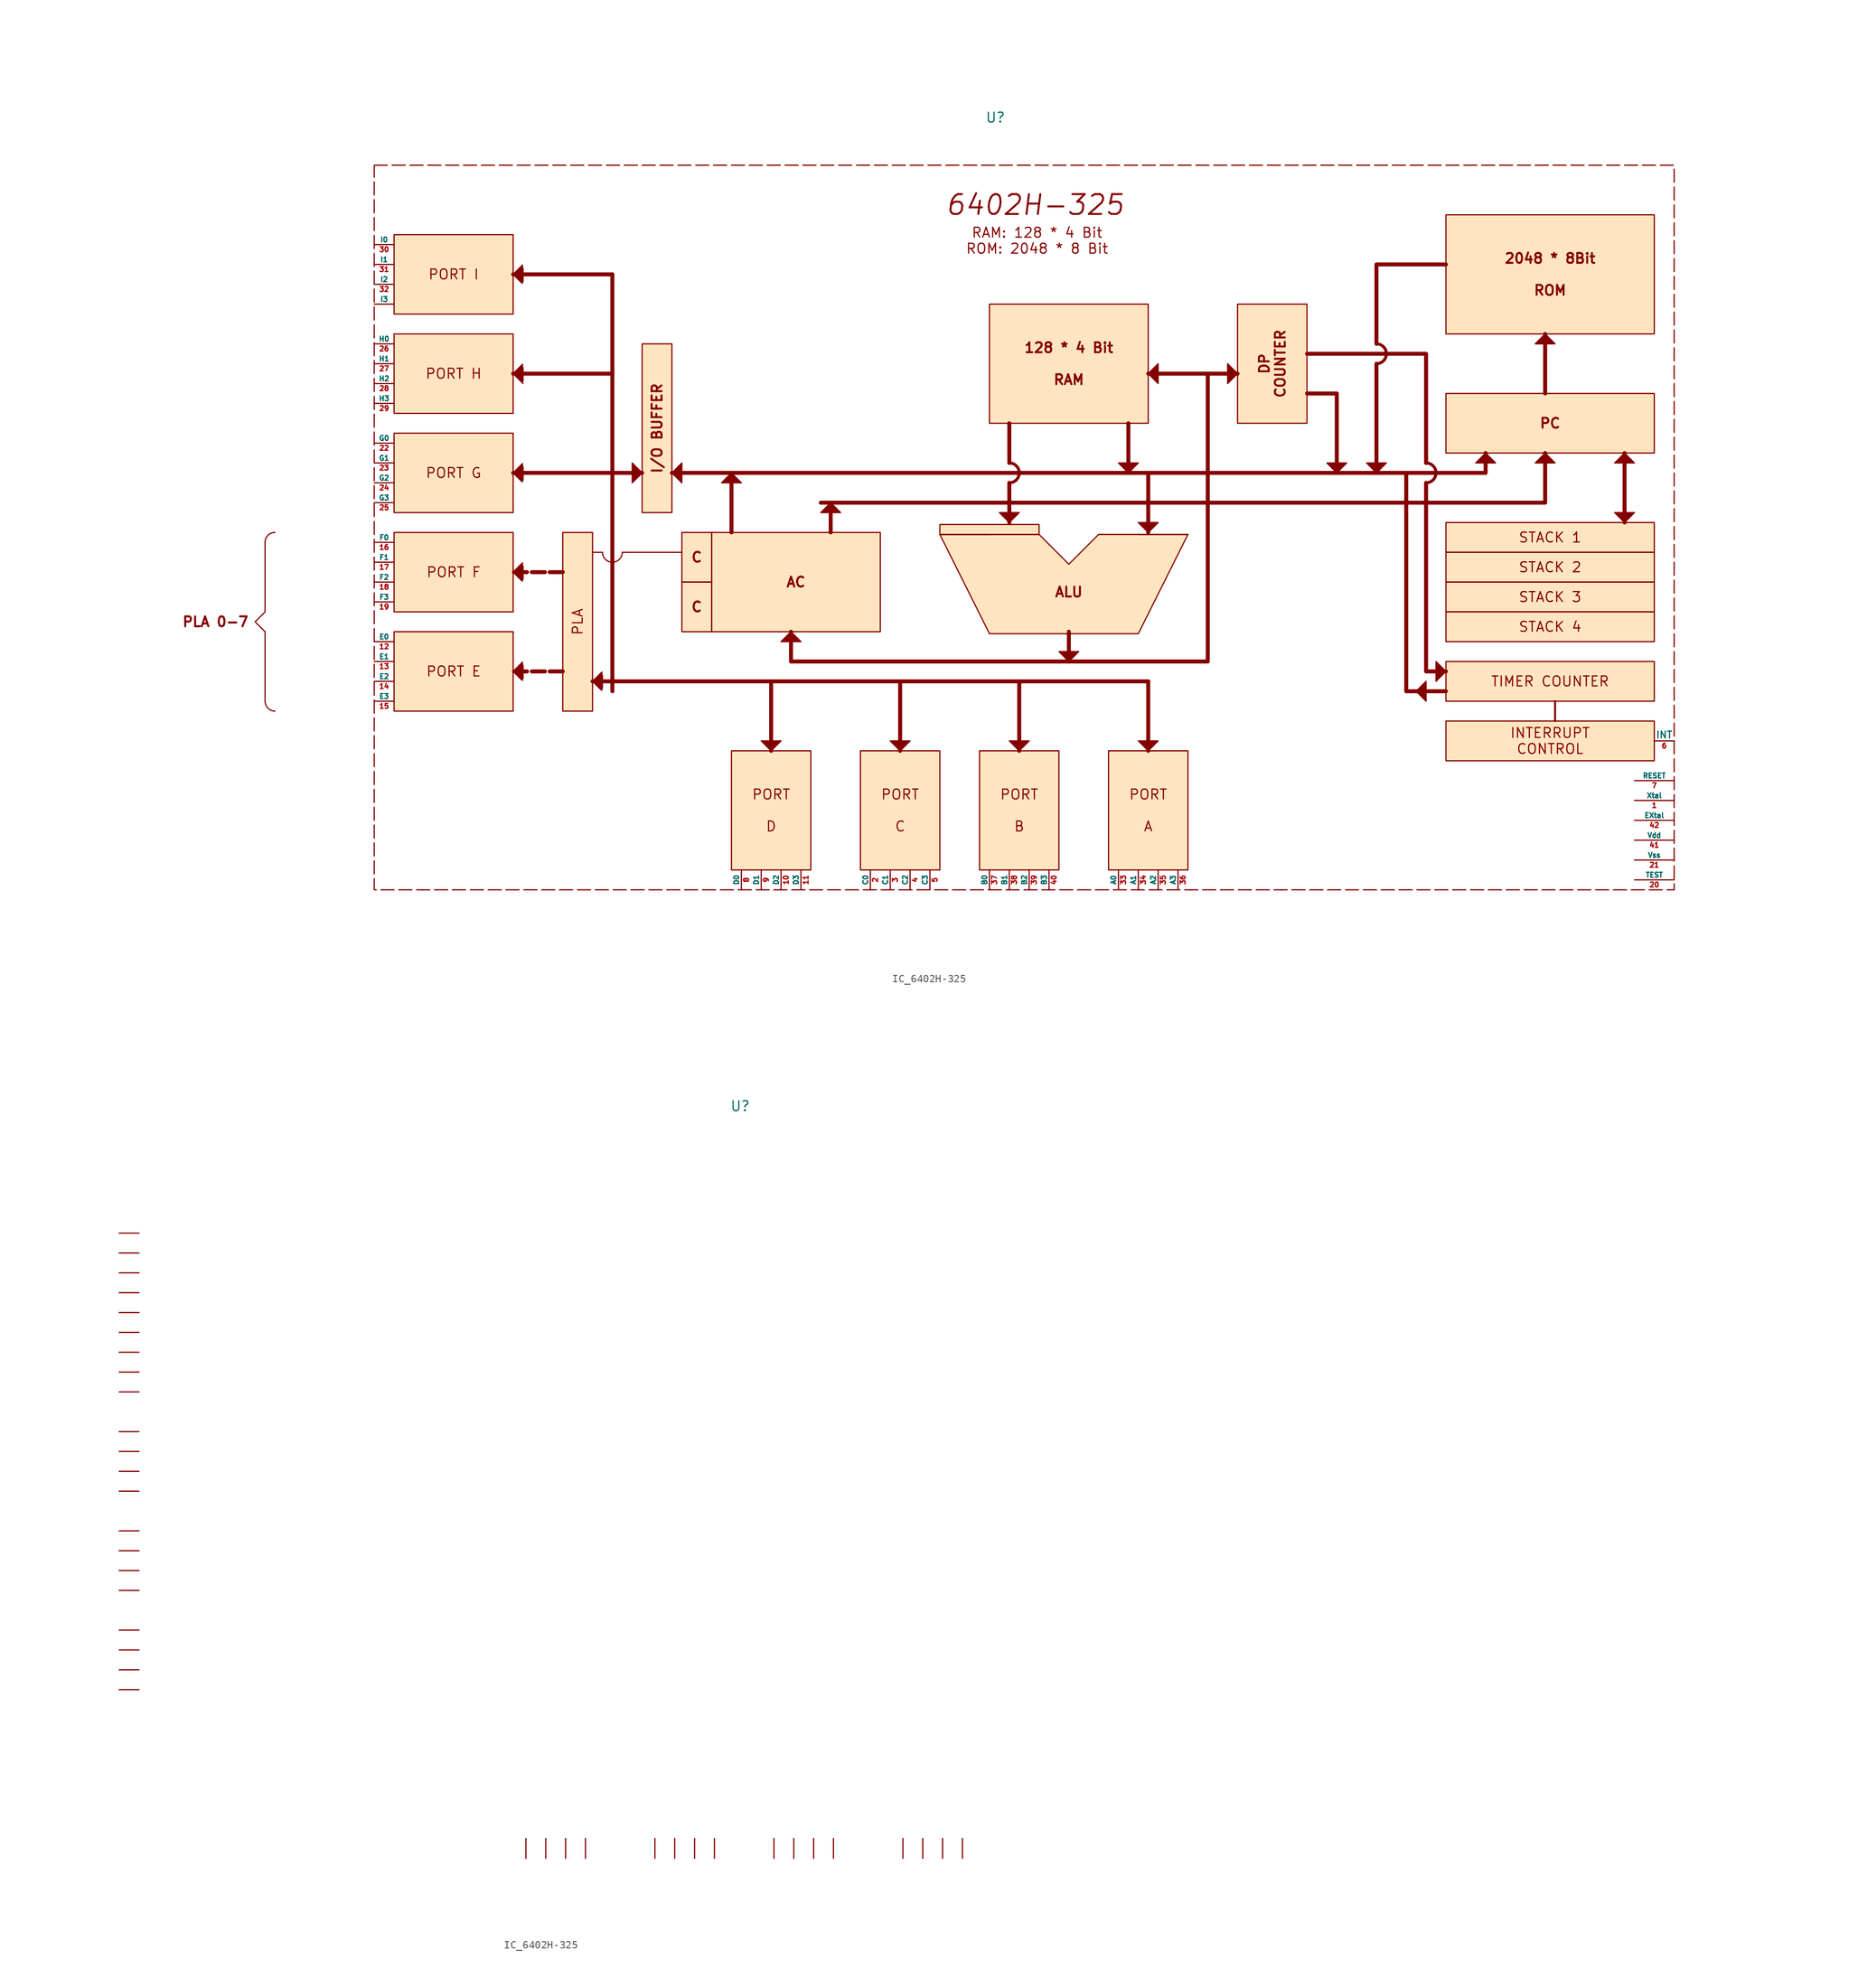
<source format=kicad_sym>
(kicad_symbol_lib
  (version 20241209)
  (generator "kicad_symbol_editor")
  (generator_version "9.0")
  (symbol "IC_6402H-325"
    (pin_names
      (offset 0))
    (property "Reference" "U"
      (at 49.022 32.766 0)
      (effects (font (size 1.27 1.27))))
    (property "Value" ""
      (at 0 0 0)
      (effects (font (size 1.27 1.27))))
    (symbol "IC_6402H-325_0_1"
      (polyline (pts (xy -44.45 -21.59) (xy -44.45 -30.48) (xy -45.72 -31.75) (xy -44.45 -33.02) (xy -44.45 -41.91)) (stroke (width 0) (type default)) (fill (type none)))
      (arc (start -44.45 -21.59) (mid -44.078 -20.692) (end -43.18 -20.32) (stroke (width 0) (type default)) (fill (type none)))
      (arc (start -43.18 -43.18) (mid -44.078 -42.808) (end -44.45 -41.91) (stroke (width 0) (type default)) (fill (type none)))
      (polyline (pts (xy -12.7 0) (xy -11.43 -1.27)) (stroke (width 0) (type default)) (fill (type none))))
    (symbol "IC_6402H-325_1_1"
      (rectangle (start -30.48 26.67) (end 135.89 -66.04) (stroke (width 0) (type dash)) (fill (type none)))
      (polyline (pts (xy -12.7 12.7) (xy -11.43 13.97) (xy -11.43 11.43) (xy -12.7 12.7)) (stroke (width 0) (type solid)) (fill (type outline)))
      (polyline (pts (xy -12.7 0) (xy -11.43 1.27) (xy -11.43 -1.27)) (stroke (width 0) (type solid)) (fill (type outline)))
      (polyline (pts (xy -12.7 -12.7) (xy -11.43 -11.43) (xy -11.43 -13.97) (xy -12.7 -12.7)) (stroke (width 0) (type solid)) (fill (type outline)))
      (polyline (pts (xy -12.7 -25.4) (xy -11.43 -24.13) (xy -11.43 -26.67) (xy -12.7 -25.4)) (stroke (width 0) (type solid)) (fill (type outline)))
      (polyline (pts (xy -12.7 -38.1) (xy -11.43 -36.83) (xy -11.43 -39.37) (xy -12.7 -38.1)) (stroke (width 0) (type solid)) (fill (type outline)))
      (polyline (pts (xy -6.35 -25.4) (xy -12.7 -25.4)) (stroke (width 0.508) (type solid)) (fill (type none)))
      (polyline (pts (xy -6.35 -38.1) (xy -12.7 -38.1)) (stroke (width 0.508) (type solid)) (fill (type none)))
      (polyline (pts (xy -2.54 -39.37) (xy -1.27 -38.1) (xy -1.27 -40.64) (xy -2.54 -39.37)) (stroke (width 0) (type solid)) (fill (type outline)))
      (polyline (pts (xy -1.27 -22.86) (xy -2.54 -22.86)) (stroke (width 0) (type default)) (fill (type none)))
      (arc (start 1.27 -22.86) (mid 0.898 -23.758) (end 0 -24.13) (stroke (width 0) (type default)) (fill (type none)))
      (polyline (pts (xy 0 12.7) (xy -12.7 12.7)) (stroke (width 0.508) (type solid)) (fill (type none)))
      (polyline (pts (xy 0 12.7) (xy 0 -40.64)) (stroke (width 0.508) (type solid)) (fill (type none)))
      (polyline (pts (xy 0 0) (xy -12.7 0)) (stroke (width 0.508) (type solid)) (fill (type none)))
      (polyline (pts (xy 0 -12.7) (xy -12.7 -12.7)) (stroke (width 0.508) (type solid)) (fill (type none)))
      (polyline (pts (xy 0 -12.7) (xy 3.81 -12.7)) (stroke (width 0.508) (type solid)) (fill (type none)))
      (arc (start 0 -24.13) (mid -0.898 -23.758) (end -1.27 -22.86) (stroke (width 0) (type default)) (fill (type none)))
      (polyline (pts (xy 0 -39.37) (xy -2.54 -39.37)) (stroke (width 0.508) (type solid)) (fill (type none)))
      (polyline (pts (xy 0 -39.37) (xy 68.58 -39.37)) (stroke (width 0.508) (type solid)) (fill (type none)))
      (polyline (pts (xy 2.54 -11.43) (xy 3.81 -12.7) (xy 2.54 -13.97) (xy 2.54 -11.43)) (stroke (width 0) (type solid)) (fill (type outline)))
      (polyline (pts (xy 7.62 -12.7) (xy 8.89 -11.43) (xy 8.89 -13.97) (xy 7.62 -12.7)) (stroke (width 0) (type solid)) (fill (type outline)))
      (polyline (pts (xy 8.89 -22.86) (xy 1.27 -22.86)) (stroke (width 0) (type solid)) (fill (type none)))
      (polyline (pts (xy 15.24 -12.7) (xy 13.97 -13.97) (xy 16.51 -13.97) (xy 15.24 -12.7)) (stroke (width 0) (type solid)) (fill (type outline)))
      (polyline (pts (xy 15.24 -20.32) (xy 15.24 -12.7)) (stroke (width 0.508) (type solid)) (fill (type none)))
      (polyline (pts (xy 20.32 -39.37) (xy 20.32 -48.26)) (stroke (width 0.508) (type solid)) (fill (type none)))
      (polyline (pts (xy 20.32 -48.26) (xy 19.05 -46.99) (xy 21.59 -46.99) (xy 20.32 -48.26)) (stroke (width 0) (type solid)) (fill (type outline)))
      (polyline (pts (xy 22.86 -33.02) (xy 21.59 -34.29) (xy 24.13 -34.29) (xy 22.86 -33.02)) (stroke (width 0) (type solid)) (fill (type outline)))
      (polyline (pts (xy 22.86 -33.02) (xy 22.86 -36.83) (xy 76.2 -36.83) (xy 76.2 0) (xy 68.58 0) (xy 80.01 0)) (stroke (width 0.508) (type solid)) (fill (type none)))
      (polyline (pts (xy 26.67 -16.51) (xy 119.38 -16.51) (xy 119.38 -10.16)) (stroke (width 0.508) (type solid)) (fill (type none)))
      (polyline (pts (xy 27.94 -16.51) (xy 27.94 -20.32)) (stroke (width 0.508) (type solid)) (fill (type none)))
      (polyline (pts (xy 27.94 -16.51) (xy 26.67 -17.78) (xy 29.21 -17.78) (xy 27.94 -16.51)) (stroke (width 0) (type solid)) (fill (type outline)))
      (polyline (pts (xy 36.83 -39.37) (xy 36.83 -48.26)) (stroke (width 0.508) (type solid)) (fill (type none)))
      (polyline (pts (xy 36.83 -48.26) (xy 35.56 -46.99) (xy 38.1 -46.99) (xy 36.83 -48.26)) (stroke (width 0) (type solid)) (fill (type outline)))
      (rectangle (start 41.91 -19.304) (end 54.61 -20.574) (stroke (width 0) (type solid)) (fill (type color) (color 255 229 191 1)))
      (polyline (pts (xy 48.26 -20.574) (xy 41.91 -20.574)) (stroke (width 0) (type default)) (fill (type none)))
      (polyline (pts (xy 48.26 -33.274) (xy 67.31 -33.274) (xy 73.66 -20.574) (xy 62.23 -20.574) (xy 58.42 -24.384) (xy 54.61 -20.574) (xy 41.91 -20.574) (xy 48.26 -33.274)) (stroke (width 0) (type solid)) (fill (type color) (color 255 229 191 1)))
      (polyline (pts (xy 50.8 -6.35) (xy 50.8 -11.43)) (stroke (width 0.508) (type solid)) (fill (type none)))
      (arc (start 50.8 -11.43) (mid 51.698 -11.802) (end 52.07 -12.7) (stroke (width 0.381) (type solid)) (fill (type none)))
      (arc (start 52.07 -12.7) (mid 51.698 -13.598) (end 50.8 -13.97) (stroke (width 0.381) (type solid)) (fill (type none)))
      (polyline (pts (xy 50.8 -13.97) (xy 50.8 -19.05)) (stroke (width 0.508) (type solid)) (fill (type outline)))
      (circle (center 50.8 -15.24) (radius 0.0001) (stroke (width 0) (type default)) (fill (type none)))
      (circle (center 50.8 -16.51) (radius 0.0001) (stroke (width 0) (type default)) (fill (type none)))
      (polyline (pts (xy 50.8 -19.05) (xy 49.53 -17.78) (xy 52.07 -17.78) (xy 50.8 -19.05)) (stroke (width 0) (type solid)) (fill (type outline)))
      (polyline (pts (xy 52.07 -39.37) (xy 52.07 -48.26)) (stroke (width 0.508) (type solid)) (fill (type none)))
      (polyline (pts (xy 52.07 -48.26) (xy 52.07 -48.26)) (stroke (width 0) (type default)) (fill (type none)))
      (polyline (pts (xy 52.07 -48.26) (xy 50.8 -46.99) (xy 53.34 -46.99) (xy 52.07 -48.26)) (stroke (width 0) (type solid)) (fill (type outline)))
      (polyline (pts (xy 58.42 -33.02) (xy 58.42 -36.83)) (stroke (width 0.508) (type solid)) (fill (type none)))
      (polyline (pts (xy 58.42 -36.83) (xy 57.15 -35.56) (xy 59.69 -35.56) (xy 58.42 -36.83)) (stroke (width 0) (type solid)) (fill (type outline)))
      (polyline (pts (xy 66.04 -6.35) (xy 66.04 -12.7)) (stroke (width 0.508) (type solid)) (fill (type none)))
      (polyline (pts (xy 66.04 -12.7) (xy 67.31 -11.43) (xy 64.77 -11.43) (xy 66.04 -12.7)) (stroke (width 0) (type solid)) (fill (type outline)))
      (polyline (pts (xy 67.31 -20.574) (xy 73.66 -20.574)) (stroke (width 0) (type default)) (fill (type none)))
      (polyline (pts (xy 68.58 0) (xy 69.85 1.27) (xy 69.85 -1.27) (xy 68.58 0)) (stroke (width 0) (type solid)) (fill (type outline)))
      (polyline (pts (xy 68.58 -12.7) (xy 68.58 -20.32)) (stroke (width 0.508) (type solid)) (fill (type none)))
      (polyline (pts (xy 68.58 -20.32) (xy 67.31 -19.05) (xy 69.85 -19.05) (xy 68.58 -20.32)) (stroke (width 0) (type solid)) (fill (type outline)))
      (polyline (pts (xy 68.58 -39.37) (xy 68.58 -48.26)) (stroke (width 0.508) (type solid)) (fill (type none)))
      (polyline (pts (xy 68.58 -48.26) (xy 67.31 -46.99) (xy 69.85 -46.99) (xy 68.58 -48.26)) (stroke (width 0) (type solid)) (fill (type outline)))
      (polyline (pts (xy 80.01 0) (xy 78.74 1.27) (xy 78.74 -1.27) (xy 80.01 0)) (stroke (width 0) (type solid)) (fill (type outline)))
      (polyline (pts (xy 88.9 2.54) (xy 104.14 2.54) (xy 104.14 -11.43)) (stroke (width 0.508) (type solid)) (fill (type none)))
      (polyline (pts (xy 88.9 -2.54) (xy 92.71 -2.54) (xy 92.71 -12.7)) (stroke (width 0.508) (type solid)) (fill (type none)))
      (polyline (pts (xy 92.71 -12.7) (xy 91.44 -11.43) (xy 93.98 -11.43) (xy 92.71 -12.7)) (stroke (width 0) (type solid)) (fill (type outline)))
      (arc (start 97.79 3.81) (mid 98.688 3.438) (end 99.06 2.54) (stroke (width 0.381) (type solid)) (fill (type none)))
      (arc (start 99.06 2.54) (mid 98.688 1.642) (end 97.79 1.27) (stroke (width 0.381) (type solid)) (fill (type none)))
      (polyline (pts (xy 97.79 1.27) (xy 97.79 -12.7)) (stroke (width 0.508) (type solid)) (fill (type outline)))
      (polyline (pts (xy 97.79 -5.08) (xy 97.79 -5.08)) (stroke (width 0) (type default)) (fill (type none)))
      (polyline (pts (xy 97.79 -12.7) (xy 96.52 -11.43) (xy 99.06 -11.43) (xy 97.79 -12.7)) (stroke (width 0) (type solid)) (fill (type outline)))
      (polyline (pts (xy 101.6 -12.7) (xy 101.6 -40.64) (xy 106.68 -40.64)) (stroke (width 0.508) (type solid)) (fill (type none)))
      (polyline (pts (xy 102.87 -40.64) (xy 104.14 -39.37) (xy 104.14 -41.91) (xy 102.87 -40.64)) (stroke (width 0) (type solid)) (fill (type outline)))
      (arc (start 104.14 -11.43) (mid 105.038 -11.802) (end 105.41 -12.7) (stroke (width 0.381) (type solid)) (fill (type none)))
      (arc (start 105.41 -12.7) (mid 105.038 -13.598) (end 104.14 -13.97) (stroke (width 0.381) (type solid)) (fill (type none)))
      (polyline (pts (xy 104.14 -13.97) (xy 104.14 -38.1) (xy 106.68 -38.1)) (stroke (width 0.508) (type solid)) (fill (type none)))
      (polyline (pts (xy 105.41 -36.83) (xy 106.68 -38.1) (xy 105.41 -39.37) (xy 105.41 -36.83)) (stroke (width 0) (type solid)) (fill (type outline)))
      (polyline (pts (xy 106.68 13.97) (xy 97.79 13.97) (xy 97.79 3.81)) (stroke (width 0.508) (type solid)) (fill (type none)))
      (polyline (pts (xy 111.76 -10.16) (xy 111.76 -12.7) (xy 7.62 -12.7)) (stroke (width 0.508) (type solid)) (fill (type none)))
      (polyline (pts (xy 111.76 -10.16) (xy 110.49 -11.43) (xy 113.03 -11.43) (xy 111.76 -10.16)) (stroke (width 0) (type solid)) (fill (type outline)))
      (polyline (pts (xy 119.38 5.08) (xy 118.11 3.81) (xy 120.65 3.81) (xy 119.38 5.08)) (stroke (width 0) (type solid)) (fill (type outline)))
      (polyline (pts (xy 119.38 -2.54) (xy 119.38 5.08)) (stroke (width 0.508) (type solid)) (fill (type none)))
      (polyline (pts (xy 119.38 -10.16) (xy 118.11 -11.43) (xy 120.65 -11.43) (xy 119.38 -10.16)) (stroke (width 0) (type solid)) (fill (type outline)))
      (polyline (pts (xy 120.65 -41.91) (xy 120.65 -44.45)) (stroke (width 0.254) (type solid)) (fill (type none)))
      (polyline (pts (xy 129.54 -10.16) (xy 128.27 -11.43) (xy 130.81 -11.43) (xy 129.54 -10.16)) (stroke (width 0) (type solid)) (fill (type outline)))
      (polyline (pts (xy 129.54 -19.05) (xy 129.54 -10.16)) (stroke (width 0.508) (type solid)) (fill (type none)))
      (polyline (pts (xy 129.54 -19.05) (xy 130.81 -17.78) (xy 128.27 -17.78) (xy 129.54 -19.05)) (stroke (width 0) (type solid)) (fill (type outline)))
      (text "PLA 0-7" (at -50.8 -31.75 0) (effects (font (size 1.27 1.27) (thickness 0.254) (bold yes))))
      (text "6402H-325" (at 54.102 21.59 0) (effects (font (size 2.54 2.54) (thickness 0.254) (bold yes) (italic yes))))
      (text "RAM: 128 * 4 Bit\nROM: 2048 * 8 Bit" (at 54.356 17.018 0) (effects (font (size 1.27 1.27))))
      (text "ALU" (at 58.42 -27.94 0) (effects (font (size 1.27 1.27) (thickness 0.254) (bold yes))))
      (text_box "PORT I" (at -27.94 17.78 0) (size 15.24 -10.16) (margins 1.016 1.016 1.016 1.016) (stroke (width 0) (type solid)) (fill (type color) (color 255 229 191 1)) (effects (font (size 1.27 1.27))))
      (text_box "PORT H\n" (at -27.94 5.08 0) (size 15.24 -10.16) (margins 1.016 1.016 1.016 1.016) (stroke (width 0) (type solid)) (fill (type color) (color 255 229 191 1)) (effects (font (size 1.27 1.27))))
      (text_box "PORT G" (at -27.94 -7.62 0) (size 15.24 -10.16) (margins 1.016 1.016 1.016 1.016) (stroke (width 0) (type solid)) (fill (type color) (color 255 229 191 1)) (effects (font (size 1.27 1.27))))
      (text_box "PORT F" (at -27.94 -20.32 0) (size 15.24 -10.16) (margins 1.016 1.016 1.016 1.016) (stroke (width 0) (type solid)) (fill (type color) (color 255 229 191 1)) (effects (font (size 1.27 1.27))))
      (text_box "PORT E" (at -27.94 -33.02 0) (size 15.24 -10.16) (margins 1.016 1.016 1.016 1.016) (stroke (width 0) (type solid)) (fill (type color) (color 255 229 191 1)) (effects (font (size 1.27 1.27))))
      (text_box "PLA" (at -6.35 -20.32 90) (size 3.81 -22.86) (margins 1.016 1.016 1.016 1.016) (stroke (width 0) (type solid)) (fill (type color) (color 255 229 191 1)) (effects (font (size 1.27 1.27))))
      (text_box "I/O BUFFER" (at 3.81 3.81 90) (size 3.81 -21.59) (margins 1.016 1.016 1.016 1.016) (stroke (width 0) (type solid)) (fill (type color) (color 255 229 191 1)) (effects (font (size 1.27 1.27) (thickness 0.254) (bold yes))))
      (text_box "C" (at 8.89 -20.32 0) (size 3.81 -6.35) (margins 1.016 1.016 1.016 1.016) (stroke (width 0) (type solid)) (fill (type color) (color 255 229 191 1)) (effects (font (size 1.27 1.27) (thickness 0.254) (bold yes))))
      (text_box "C" (at 8.89 -26.67 0) (size 3.81 -6.35) (margins 1.016 1.016 1.016 1.016) (stroke (width 0) (type solid)) (fill (type color) (color 255 229 191 1)) (effects (font (size 1.27 1.27) (thickness 0.254) (bold yes))))
      (text_box "AC" (at 12.7 -20.32 0) (size 21.59 -12.7) (margins 1.016 1.016 1.016 1.016) (stroke (width 0) (type solid)) (fill (type color) (color 255 229 191 1)) (effects (font (size 1.27 1.27) (thickness 0.254) (bold yes))))
      (text_box "PORT \n\nD\n" (at 15.24 -48.26 0) (size 10.16 -15.24) (margins 1.016 1.016 1.016 1.016) (stroke (width 0) (type solid)) (fill (type color) (color 255 229 191 1)) (effects (font (size 1.27 1.27))))
      (text_box "PORT\n\nC" (at 31.75 -48.26 0) (size 10.16 -15.24) (margins 1.016 1.016 1.016 1.016) (stroke (width 0) (type solid)) (fill (type color) (color 255 229 191 1)) (effects (font (size 1.27 1.27))))
      (text_box "PORT\n\nB" (at 46.99 -48.26 0) (size 10.16 -15.24) (margins 1.016 1.016 1.016 1.016) (stroke (width 0) (type solid)) (fill (type color) (color 255 229 191 1)) (effects (font (size 1.27 1.27))))
      (text_box "128 * 4 Bit\n\nRAM" (at 48.26 8.89 0) (size 20.32 -15.24) (margins 1.016 1.016 1.016 1.016) (stroke (width 0) (type solid)) (fill (type color) (color 255 229 191 1)) (effects (font (size 1.27 1.27) (thickness 0.254) (bold yes))))
      (text_box "PORT\n\nA" (at 63.5 -48.26 0) (size 10.16 -15.24) (margins 1.016 1.016 1.016 1.016) (stroke (width 0) (type solid)) (fill (type color) (color 255 229 191 1)) (effects (font (size 1.27 1.27))))
      (text_box "DP\nCOUNTER" (at 80.01 8.89 90) (size 8.89 -15.24) (margins 1.016 1.016 1.016 1.016) (stroke (width 0) (type solid)) (fill (type color) (color 255 229 191 1)) (effects (font (size 1.27 1.27) (thickness 0.254) (bold yes))))
      (text_box "2048 * 8Bit\n\nROM" (at 106.68 20.32 0) (size 26.67 -15.24) (margins 1.016 1.016 1.016 1.016) (stroke (width 0) (type solid)) (fill (type color) (color 255 229 191 1)) (effects (font (size 1.27 1.27) (thickness 0.254) (bold yes))))
      (text_box "PC" (at 106.68 -2.54 0) (size 26.67 -7.62) (margins 1.016 1.016 1.016 1.016) (stroke (width 0) (type solid)) (fill (type color) (color 255 229 191 1)) (effects (font (size 1.27 1.27) (thickness 0.254) (bold yes))))
      (text_box "STACK 1" (at 106.68 -19.05 0) (size 26.67 -3.81) (margins 1.016 1.016 1.016 1.016) (stroke (width 0) (type solid)) (fill (type color) (color 255 229 191 1)) (effects (font (size 1.27 1.27))))
      (text_box "STACK 2" (at 106.68 -22.86 0) (size 26.67 -3.81) (margins 1.016 1.016 1.016 1.016) (stroke (width 0) (type solid)) (fill (type color) (color 255 229 191 1)) (effects (font (size 1.27 1.27))))
      (text_box "STACK 3\n" (at 106.68 -26.67 0) (size 26.67 -3.81) (margins 1.016 1.016 1.016 1.016) (stroke (width 0) (type solid)) (fill (type color) (color 255 229 191 1)) (effects (font (size 1.27 1.27))))
      (text_box "STACK 4\n" (at 106.68 -30.48 0) (size 26.67 -3.81) (margins 1.016 1.016 1.016 1.016) (stroke (width 0) (type solid)) (fill (type color) (color 255 229 191 1)) (effects (font (size 1.27 1.27))))
      (text_box "TIMER COUNTER" (at 106.68 -36.83 0) (size 26.67 -5.08) (margins 1.016 1.016 1.016 1.016) (stroke (width 0) (type solid)) (fill (type color) (color 255 229 191 1)) (effects (font (size 1.27 1.27))))
      (text_box "INTERRUPT\nCONTROL" (at 106.68 -44.45 0) (size 26.67 -5.08) (margins 1.016 1.016 1.016 1.016) (stroke (width 0) (type solid)) (fill (type color) (color 255 229 191 1)) (effects (font (size 1.27 1.27))))
      (pin bidirectional line (at -30.48 16.51 0) (length 2.54) (name "I0" (effects (font (size 0.635 0.635)))) (number "30" (effects (font (size 0.635 0.635)))))
      (pin bidirectional line (at -30.48 13.97 0) (length 2.54) (name "I1" (effects (font (size 0.635 0.635)))) (number "31" (effects (font (size 0.635 0.635)))))
      (pin bidirectional line (at -30.48 11.43 0) (length 2.54) (name "I2" (effects (font (size 0.635 0.635)))) (number "32" (effects (font (size 0.635 0.635)))))
      (pin bidirectional line (at -30.48 8.89 0) (length 2.54) (name "I3" (effects (font (size 0.635 0.635)))) (number "" (effects (font (size 1.27 1.27)))))
      (pin bidirectional line (at -30.48 3.81 0) (length 2.54) (name "H0" (effects (font (size 0.635 0.635)))) (number "26" (effects (font (size 0.635 0.635)))))
      (pin bidirectional line (at -30.48 1.27 0) (length 2.54) (name "H1" (effects (font (size 0.635 0.635)))) (number "27" (effects (font (size 0.635 0.635)))))
      (pin bidirectional line (at -30.48 -1.27 0) (length 2.54) (name "H2" (effects (font (size 0.635 0.635)))) (number "28" (effects (font (size 0.635 0.635)))))
      (pin bidirectional line (at -30.48 -3.81 0) (length 2.54) (name "H3" (effects (font (size 0.635 0.635)))) (number "29" (effects (font (size 0.635 0.635)))))
      (pin bidirectional line (at -30.48 -8.89 0) (length 2.54) (name "G0" (effects (font (size 0.635 0.635)))) (number "22" (effects (font (size 0.635 0.635)))))
      (pin bidirectional line (at -30.48 -11.43 0) (length 2.54) (name "G1" (effects (font (size 0.635 0.635)))) (number "23" (effects (font (size 0.635 0.635)))))
      (pin bidirectional line (at -30.48 -13.97 0) (length 2.54) (name "G2" (effects (font (size 0.635 0.635)))) (number "24" (effects (font (size 0.635 0.635)))))
      (pin bidirectional line (at -30.48 -16.51 0) (length 2.54) (name "G3" (effects (font (size 0.635 0.635)))) (number "25" (effects (font (size 0.635 0.635)))))
      (pin bidirectional line (at -30.48 -21.59 0) (length 2.54) (name "F0" (effects (font (size 0.635 0.635)))) (number "16" (effects (font (size 0.635 0.635)))))
      (pin bidirectional line (at -30.48 -24.13 0) (length 2.54) (name "F1" (effects (font (size 0.635 0.635)))) (number "17" (effects (font (size 0.635 0.635)))))
      (pin bidirectional line (at -30.48 -26.67 0) (length 2.54) (name "F2" (effects (font (size 0.635 0.635)))) (number "18" (effects (font (size 0.635 0.635)))))
      (pin bidirectional line (at -30.48 -29.21 0) (length 2.54) (name "F3" (effects (font (size 0.635 0.635)))) (number "19" (effects (font (size 0.635 0.635)))))
      (pin bidirectional line (at -30.48 -34.29 0) (length 2.54) (name "E0" (effects (font (size 0.635 0.635)))) (number "12" (effects (font (size 0.635 0.635)))))
      (pin bidirectional line (at -30.48 -36.83 0) (length 2.54) (name "E1" (effects (font (size 0.635 0.635)))) (number "13" (effects (font (size 0.635 0.635)))))
      (pin bidirectional line (at -30.48 -39.37 0) (length 2.54) (name "E2" (effects (font (size 0.635 0.635)))) (number "14" (effects (font (size 0.635 0.635)))))
      (pin bidirectional line (at -30.48 -41.91 0) (length 2.54) (name "E3" (effects (font (size 0.635 0.635)))) (number "15" (effects (font (size 0.635 0.635)))))
      (pin bidirectional line (at 16.51 -66.04 90) (length 2.54) (name "D0" (effects (font (size 0.635 0.635)))) (number "8" (effects (font (size 0.635 0.635)))))
      (pin bidirectional line (at 19.05 -66.04 90) (length 2.54) (name "D1" (effects (font (size 0.635 0.635)))) (number "9" (effects (font (size 0.635 0.635)))))
      (pin bidirectional line (at 21.59 -66.04 90) (length 2.54) (name "D2" (effects (font (size 0.635 0.635)))) (number "10" (effects (font (size 0.635 0.635)))))
      (pin bidirectional line (at 24.13 -66.04 90) (length 2.54) (name "D3" (effects (font (size 0.635 0.635)))) (number "11" (effects (font (size 0.635 0.635)))))
      (pin bidirectional line (at 33.02 -66.04 90) (length 2.54) (name "C0" (effects (font (size 0.635 0.635)))) (number "2" (effects (font (size 0.635 0.635)))))
      (pin bidirectional line (at 35.56 -66.04 90) (length 2.54) (name "C1" (effects (font (size 0.635 0.635)))) (number "3" (effects (font (size 0.635 0.635)))))
      (pin bidirectional line (at 38.1 -66.04 90) (length 2.54) (name "C2" (effects (font (size 0.635 0.635)))) (number "4" (effects (font (size 0.635 0.635)))))
      (pin bidirectional line (at 40.64 -66.04 90) (length 2.54) (name "C3" (effects (font (size 0.635 0.635)))) (number "5" (effects (font (size 0.635 0.635)))))
      (pin input line (at 48.26 -66.04 90) (length 2.54) (name "B0" (effects (font (size 0.635 0.635)))) (number "37" (effects (font (size 0.635 0.635)))))
      (pin bidirectional line (at 50.8 -66.04 90) (length 2.54) (name "B1" (effects (font (size 0.635 0.635)))) (number "38" (effects (font (size 0.635 0.635)))))
      (pin bidirectional line (at 53.34 -66.04 90) (length 2.54) (name "B2" (effects (font (size 0.635 0.635)))) (number "39" (effects (font (size 0.635 0.635)))))
      (pin bidirectional line (at 55.88 -66.04 90) (length 2.54) (name "B3" (effects (font (size 0.635 0.635)))) (number "40" (effects (font (size 0.635 0.635)))))
      (pin bidirectional line (at 64.77 -66.04 90) (length 2.54) (name "A0" (effects (font (size 0.635 0.635)))) (number "33" (effects (font (size 0.635 0.635)))))
      (pin bidirectional line (at 67.31 -66.04 90) (length 2.54) (name "A1" (effects (font (size 0.635 0.635)))) (number "34" (effects (font (size 0.635 0.635)))))
      (pin bidirectional line (at 69.85 -66.04 90) (length 2.54) (name "A2" (effects (font (size 0.635 0.635)))) (number "35" (effects (font (size 0.635 0.635)))))
      (pin bidirectional line (at 72.39 -66.04 90) (length 2.54) (name "A3" (effects (font (size 0.635 0.635)))) (number "36" (effects (font (size 0.635 0.635)))))
      (pin input line (at 135.89 -46.99 180) (length 2.54) (name "INT" (effects (font (size 0.889 0.889)))) (number "6" (effects (font (size 0.635 0.635)))))
      (pin input line (at 135.89 -52.07 180) (length 5.08) (name "RESET" (effects (font (size 0.635 0.635)))) (number "7" (effects (font (size 0.635 0.635)))))
      (pin input line (at 135.89 -54.61 180) (length 5.08) (name "Xtal" (effects (font (size 0.635 0.635)))) (number "1" (effects (font (size 0.635 0.635)))))
      (pin input line (at 135.89 -57.15 180) (length 5.08) (name "EXtal" (effects (font (size 0.635 0.635)))) (number "42" (effects (font (size 0.635 0.635)))))
      (pin input line (at 135.89 -59.69 180) (length 5.08) (name "Vdd" (effects (font (size 0.635 0.635)))) (number "41" (effects (font (size 0.635 0.635)))))
      (pin input line (at 135.89 -62.23 180) (length 5.08) (name "Vss" (effects (font (size 0.635 0.635)))) (number "21" (effects (font (size 0.635 0.635)))))
      (pin input line (at 135.89 -64.77 180) (length 5.08) (name "TEST" (effects (font (size 0.635 0.635)))) (number "20" (effects (font (size 0.635 0.635))))))
    (symbol "IC_6402H-325_1_2"
      (pin input line (at -30.48 16.51 0) (length 2.54) (name "" (effects (font (size 0.635 0.635)))) (number "" (effects (font (size 1.27 1.27)))))
      (pin input line (at -30.48 13.97 0) (length 2.54) (name "" (effects (font (size 0.635 0.635)))) (number "" (effects (font (size 1.27 1.27)))))
      (pin input line (at -30.48 11.43 0) (length 2.54) (name "" (effects (font (size 0.635 0.635)))) (number "" (effects (font (size 1.27 1.27)))))
      (pin input line (at -30.48 8.89 0) (length 2.54) (name "" (effects (font (size 0.635 0.635)))) (number "" (effects (font (size 1.27 1.27)))))
      (pin input line (at -30.48 6.35 0) (length 2.54) (name "" (effects (font (size 0.635 0.635)))) (number "" (effects (font (size 1.27 1.27)))))
      (pin input line (at -30.48 3.81 0) (length 2.54) (name "" (effects (font (size 0.635 0.635)))) (number "" (effects (font (size 1.27 1.27)))))
      (pin input line (at -30.48 1.27 0) (length 2.54) (name "" (effects (font (size 0.635 0.635)))) (number "" (effects (font (size 1.27 1.27)))))
      (pin input line (at -30.48 -1.27 0) (length 2.54) (name "" (effects (font (size 0.635 0.635)))) (number "" (effects (font (size 1.27 1.27)))))
      (pin input line (at -30.48 -3.81 0) (length 2.54) (name "" (effects (font (size 0.635 0.635)))) (number "" (effects (font (size 1.27 1.27)))))
      (pin input line (at -30.48 -8.89 0) (length 2.54) (name "" (effects (font (size 0.635 0.635)))) (number "" (effects (font (size 1.27 1.27)))))
      (pin input line (at -30.48 -11.43 0) (length 2.54) (name "" (effects (font (size 0.635 0.635)))) (number "" (effects (font (size 1.27 1.27)))))
      (pin input line (at -30.48 -13.97 0) (length 2.54) (name "" (effects (font (size 0.635 0.635)))) (number "" (effects (font (size 1.27 1.27)))))
      (pin input line (at -30.48 -16.51 0) (length 2.54) (name "" (effects (font (size 0.635 0.635)))) (number "" (effects (font (size 1.27 1.27)))))
      (pin input line (at -30.48 -21.59 0) (length 2.54) (name "" (effects (font (size 0.635 0.635)))) (number "" (effects (font (size 1.27 1.27)))))
      (pin input line (at -30.48 -24.13 0) (length 2.54) (name "" (effects (font (size 0.635 0.635)))) (number "" (effects (font (size 1.27 1.27)))))
      (pin input line (at -30.48 -26.67 0) (length 2.54) (name "" (effects (font (size 0.635 0.635)))) (number "" (effects (font (size 1.27 1.27)))))
      (pin input line (at -30.48 -29.21 0) (length 2.54) (name "" (effects (font (size 0.635 0.635)))) (number "" (effects (font (size 1.27 1.27)))))
      (pin input line (at -30.48 -34.29 0) (length 2.54) (name "" (effects (font (size 0.635 0.635)))) (number "" (effects (font (size 1.27 1.27)))))
      (pin input line (at -30.48 -36.83 0) (length 2.54) (name "" (effects (font (size 0.635 0.635)))) (number "" (effects (font (size 1.27 1.27)))))
      (pin input line (at -30.48 -39.37 0) (length 2.54) (name "" (effects (font (size 0.635 0.635)))) (number "" (effects (font (size 1.27 1.27)))))
      (pin input line (at -30.48 -41.91 0) (length 2.54) (name "" (effects (font (size 0.635 0.635)))) (number "" (effects (font (size 1.27 1.27)))))
      (pin input line (at 21.59 -63.5 90) (length 2.54) (name "" (effects (font (size 0.635 0.635)))) (number "" (effects (font (size 1.27 1.27)))))
      (pin input line (at 24.13 -63.5 90) (length 2.54) (name "" (effects (font (size 0.635 0.635)))) (number "" (effects (font (size 1.27 1.27)))))
      (pin input line (at 26.67 -63.5 90) (length 2.54) (name "" (effects (font (size 0.635 0.635)))) (number "" (effects (font (size 1.27 1.27)))))
      (pin input line (at 29.21 -63.5 90) (length 2.54) (name "" (effects (font (size 0.635 0.635)))) (number "" (effects (font (size 1.27 1.27)))))
      (pin input line (at 38.1 -63.5 90) (length 2.54) (name "" (effects (font (size 0.635 0.635)))) (number "" (effects (font (size 1.27 1.27)))))
      (pin input line (at 40.64 -63.5 90) (length 2.54) (name "" (effects (font (size 0.635 0.635)))) (number "" (effects (font (size 1.27 1.27)))))
      (pin input line (at 43.18 -63.5 90) (length 2.54) (name "" (effects (font (size 0.635 0.635)))) (number "" (effects (font (size 1.27 1.27)))))
      (pin input line (at 45.72 -63.5 90) (length 2.54) (name "" (effects (font (size 0.635 0.635)))) (number "" (effects (font (size 1.27 1.27)))))
      (pin input line (at 53.34 -63.5 90) (length 2.54) (name "" (effects (font (size 0.635 0.635)))) (number "" (effects (font (size 1.27 1.27)))))
      (pin input line (at 55.88 -63.5 90) (length 2.54) (name "" (effects (font (size 0.635 0.635)))) (number "" (effects (font (size 1.27 1.27)))))
      (pin input line (at 58.42 -63.5 90) (length 2.54) (name "" (effects (font (size 0.635 0.635)))) (number "" (effects (font (size 1.27 1.27)))))
      (pin input line (at 60.96 -63.5 90) (length 2.54) (name "" (effects (font (size 0.635 0.635)))) (number "" (effects (font (size 1.27 1.27)))))
      (pin input line (at 69.85 -63.5 90) (length 2.54) (name "" (effects (font (size 0.635 0.635)))) (number "" (effects (font (size 1.27 1.27)))))
      (pin input line (at 72.39 -63.5 90) (length 2.54) (name "" (effects (font (size 0.635 0.635)))) (number "" (effects (font (size 1.27 1.27)))))
      (pin input line (at 74.93 -63.5 90) (length 2.54) (name "" (effects (font (size 0.635 0.635)))) (number "" (effects (font (size 1.27 1.27)))))
      (pin input line (at 77.47 -63.5 90) (length 2.54) (name "" (effects (font (size 0.635 0.635)))) (number "" (effects (font (size 1.27 1.27))))))))
</source>
